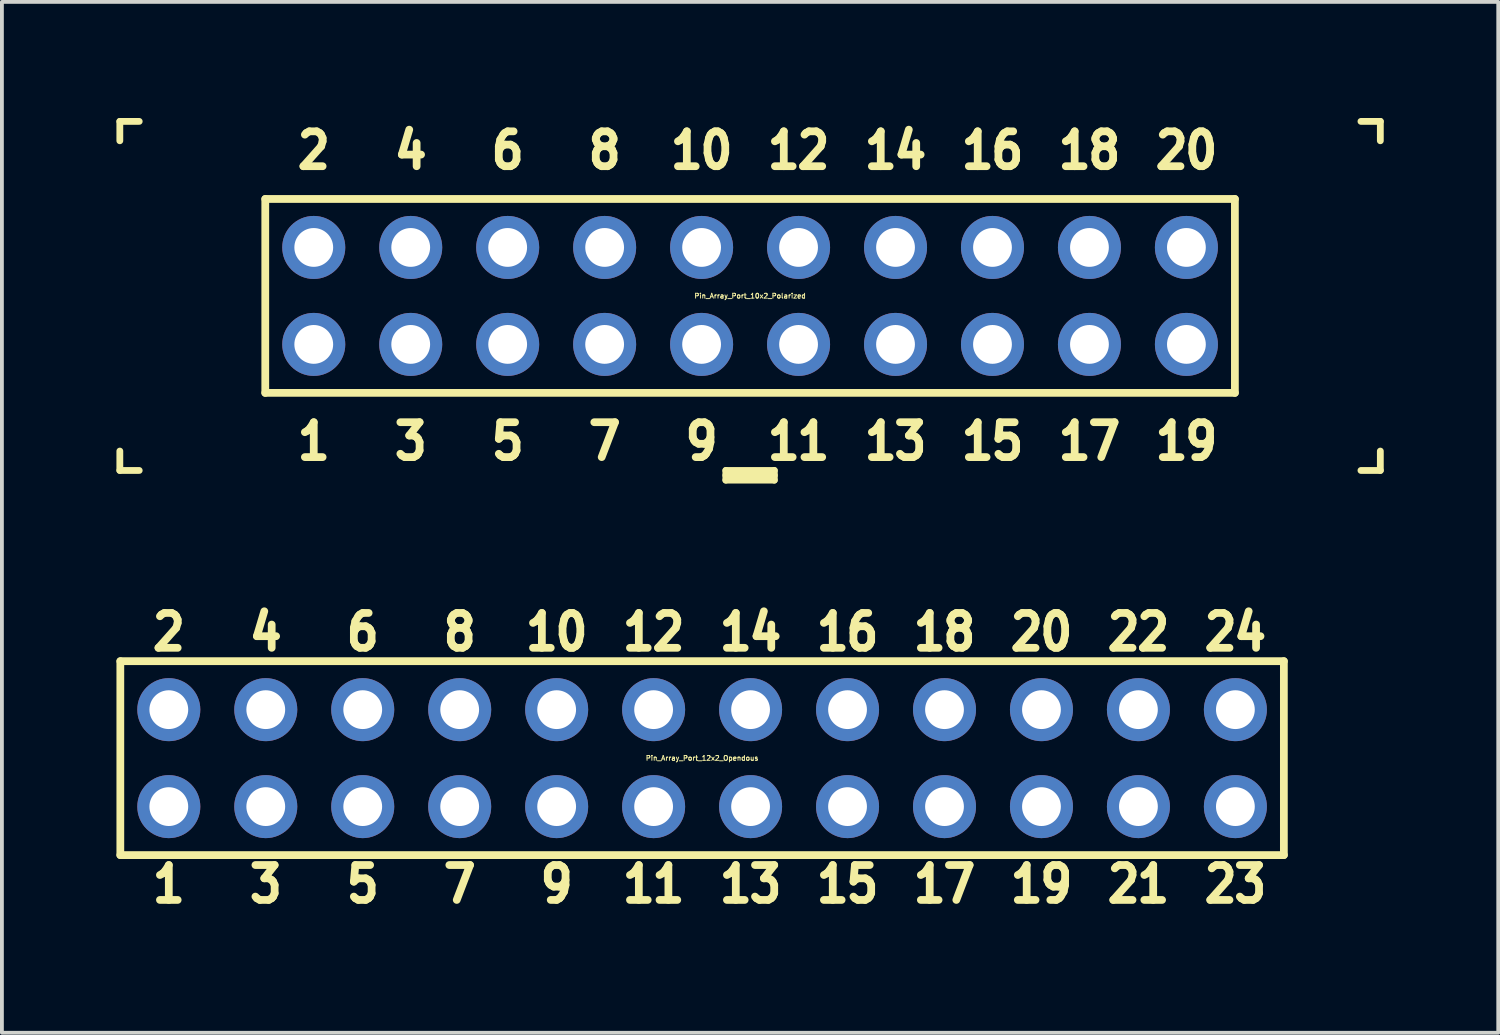
<source format=kicad_pcb>
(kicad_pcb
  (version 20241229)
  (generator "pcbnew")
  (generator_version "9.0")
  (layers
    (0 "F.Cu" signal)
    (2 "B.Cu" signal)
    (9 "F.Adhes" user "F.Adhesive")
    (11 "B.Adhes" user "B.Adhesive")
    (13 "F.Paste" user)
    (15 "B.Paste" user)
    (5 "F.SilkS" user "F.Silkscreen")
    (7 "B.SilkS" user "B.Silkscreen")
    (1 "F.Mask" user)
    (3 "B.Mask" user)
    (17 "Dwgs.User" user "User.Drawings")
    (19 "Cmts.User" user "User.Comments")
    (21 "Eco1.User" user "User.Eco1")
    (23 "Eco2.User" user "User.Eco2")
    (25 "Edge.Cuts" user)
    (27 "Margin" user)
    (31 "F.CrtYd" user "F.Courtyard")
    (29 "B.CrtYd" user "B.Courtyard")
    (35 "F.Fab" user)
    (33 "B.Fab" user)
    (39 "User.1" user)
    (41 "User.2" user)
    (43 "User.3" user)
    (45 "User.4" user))
  (footprint "Pin_Array_Port_10x2_Polarized"
    (layer "F.Cu")
    (at 16.599 4.702)
    (property "Reference" "Pin_Array_Port_10x2_Polarized" (at 0 0 0) (layer "F.SilkS") (effects (font (size 0.127 0.127) (thickness 0.025))))
    (attr through_hole)
    (fp_line (start -16.51 -4.572) (end -16.51 -4.064) (stroke (width 0.178) (type solid)) (layer "F.SilkS"))
    (fp_line (start -16.51 -4.572) (end -16.002 -4.572) (stroke (width 0.178) (type solid)) (layer "F.SilkS"))
    (fp_line (start -16.51 4.572) (end -16.51 4.064) (stroke (width 0.178) (type solid)) (layer "F.SilkS"))
    (fp_line (start -16.51 4.572) (end -16.002 4.572) (stroke (width 0.178) (type solid)) (layer "F.SilkS"))
    (fp_line (start -12.7 2.54) (end -12.7 -2.54) (stroke (width 0.203) (type solid)) (layer "F.SilkS"))
    (fp_line (start -12.7 2.54) (end 12.7 2.54) (stroke (width 0.203) (type solid)) (layer "F.SilkS"))
    (fp_line (start -0.635 4.572) (end 0.635 4.572) (stroke (width 0.178) (type solid)) (layer "F.SilkS"))
    (fp_line (start -0.635 4.699) (end 0.635 4.699) (stroke (width 0.178) (type solid)) (layer "F.SilkS"))
    (fp_line (start -0.635 4.826) (end -0.635 4.572) (stroke (width 0.178) (type solid)) (layer "F.SilkS"))
    (fp_line (start 0.635 4.572) (end 0.635 4.826) (stroke (width 0.178) (type solid)) (layer "F.SilkS"))
    (fp_line (start 0.635 4.826) (end -0.635 4.826) (stroke (width 0.178) (type solid)) (layer "F.SilkS"))
    (fp_line (start 12.7 -2.54) (end -12.7 -2.54) (stroke (width 0.203) (type solid)) (layer "F.SilkS"))
    (fp_line (start 12.7 -2.54) (end 12.7 2.54) (stroke (width 0.203) (type solid)) (layer "F.SilkS"))
    (fp_line (start 16.51 -4.572) (end 16.002 -4.572) (stroke (width 0.178) (type solid)) (layer "F.SilkS"))
    (fp_line (start 16.51 -4.572) (end 16.51 -4.064) (stroke (width 0.178) (type solid)) (layer "F.SilkS"))
    (fp_line (start 16.51 4.572) (end 16.002 4.572) (stroke (width 0.178) (type solid)) (layer "F.SilkS"))
    (fp_line (start 16.51 4.572) (end 16.51 4.064) (stroke (width 0.178) (type solid)) (layer "F.SilkS"))
    (fp_text user "9" (at -1.27 3.81 0) (layer "F.SilkS") (effects (font (size 0.914 0.813) (thickness 0.203))))
    (fp_text user "15" (at 6.35 3.81 0) (layer "F.SilkS") (effects (font (size 0.914 0.813) (thickness 0.203))))
    (fp_text user "4" (at -8.89 -3.81 0) (layer "F.SilkS") (effects (font (size 0.914 0.813) (thickness 0.203))))
    (fp_text user "3" (at -8.89 3.81 0) (layer "F.SilkS") (effects (font (size 0.914 0.813) (thickness 0.203))))
    (fp_text user "8" (at -3.81 -3.81 0) (layer "F.SilkS") (effects (font (size 0.914 0.813) (thickness 0.203))))
    (fp_text user "16" (at 6.35 -3.81 0) (layer "F.SilkS") (effects (font (size 0.914 0.813) (thickness 0.203))))
    (fp_text user "11" (at 1.27 3.81 0) (layer "F.SilkS") (effects (font (size 0.914 0.813) (thickness 0.203))))
    (fp_text user "6" (at -6.35 -3.81 0) (layer "F.SilkS") (effects (font (size 0.914 0.813) (thickness 0.203))))
    (fp_text user "14" (at 3.81 -3.81 0) (layer "F.SilkS") (effects (font (size 0.914 0.813) (thickness 0.203))))
    (fp_text user "5" (at -6.35 3.81 0) (layer "F.SilkS") (effects (font (size 0.914 0.813) (thickness 0.203))))
    (fp_text user "20" (at 11.43 -3.81 0) (layer "F.SilkS") (effects (font (size 0.914 0.813) (thickness 0.203))))
    (fp_text user "18" (at 8.89 -3.81 0) (layer "F.SilkS") (effects (font (size 0.914 0.813) (thickness 0.203))))
    (fp_text user "2" (at -11.43 -3.81 0) (layer "F.SilkS") (effects (font (size 0.914 0.813) (thickness 0.203))))
    (fp_text user "17" (at 8.89 3.81 0) (layer "F.SilkS") (effects (font (size 0.914 0.813) (thickness 0.203))))
    (fp_text user "19" (at 11.43 3.81 0) (layer "F.SilkS") (effects (font (size 0.914 0.813) (thickness 0.203))))
    (fp_text user "13" (at 3.81 3.81 0) (layer "F.SilkS") (effects (font (size 0.914 0.813) (thickness 0.203))))
    (fp_text user "12" (at 1.27 -3.81 0) (layer "F.SilkS") (effects (font (size 0.914 0.813) (thickness 0.203))))
    (fp_text user "10" (at -1.27 -3.81 0) (layer "F.SilkS") (effects (font (size 0.914 0.813) (thickness 0.203))))
    (fp_text user "1" (at -11.43 3.81 0) (layer "F.SilkS") (effects (font (size 0.914 0.813) (thickness 0.203))))
    (fp_text user "7" (at -3.81 3.81 0) (layer "F.SilkS") (effects (font (size 0.914 0.813) (thickness 0.203))))
    (pad "1" thru_hole circle (at -11.43 1.27) (size 1.651 1.651) (drill 1.016) (layers "*.Cu" "*.Mask"))
    (pad "2" thru_hole circle (at -11.43 -1.27) (size 1.651 1.651) (drill 1.016) (layers "*.Cu" "*.Mask"))
    (pad "3" thru_hole circle (at -8.89 1.27) (size 1.651 1.651) (drill 1.016) (layers "*.Cu" "*.Mask"))
    (pad "4" thru_hole circle (at -8.89 -1.27) (size 1.651 1.651) (drill 1.016) (layers "*.Cu" "*.Mask"))
    (pad "5" thru_hole circle (at -6.35 1.27) (size 1.651 1.651) (drill 1.016) (layers "*.Cu" "*.Mask"))
    (pad "6" thru_hole circle (at -6.35 -1.27) (size 1.651 1.651) (drill 1.016) (layers "*.Cu" "*.Mask"))
    (pad "7" thru_hole circle (at -3.81 1.27) (size 1.651 1.651) (drill 1.016) (layers "*.Cu" "*.Mask"))
    (pad "8" thru_hole circle (at -3.81 -1.27) (size 1.651 1.651) (drill 1.016) (layers "*.Cu" "*.Mask"))
    (pad "9" thru_hole circle (at -1.27 1.27) (size 1.651 1.651) (drill 1.016) (layers "*.Cu" "*.Mask"))
    (pad "10" thru_hole circle (at -1.27 -1.27) (size 1.651 1.651) (drill 1.016) (layers "*.Cu" "*.Mask"))
    (pad "11" thru_hole circle (at 1.27 1.27) (size 1.651 1.651) (drill 1.016) (layers "*.Cu" "*.Mask"))
    (pad "12" thru_hole circle (at 1.27 -1.27) (size 1.651 1.651) (drill 1.016) (layers "*.Cu" "*.Mask"))
    (pad "13" thru_hole circle (at 3.81 1.27) (size 1.651 1.651) (drill 1.016) (layers "*.Cu" "*.Mask"))
    (pad "14" thru_hole circle (at 3.81 -1.27) (size 1.651 1.651) (drill 1.016) (layers "*.Cu" "*.Mask"))
    (pad "15" thru_hole circle (at 6.35 1.27) (size 1.651 1.651) (drill 1.016) (layers "*.Cu" "*.Mask"))
    (pad "16" thru_hole circle (at 6.35 -1.27) (size 1.651 1.651) (drill 1.016) (layers "*.Cu" "*.Mask"))
    (pad "17" thru_hole circle (at 8.89 1.27) (size 1.651 1.651) (drill 1.016) (layers "*.Cu" "*.Mask"))
    (pad "18" thru_hole circle (at 8.89 -1.27) (size 1.651 1.651) (drill 1.016) (layers "*.Cu" "*.Mask"))
    (pad "19" thru_hole circle (at 11.43 1.27) (size 1.651 1.651) (drill 1.016) (layers "*.Cu" "*.Mask"))
    (pad "20" thru_hole circle (at 11.43 -1.27) (size 1.651 1.651) (drill 1.016) (layers "*.Cu" "*.Mask")))
  (footprint "Pin_Array_Port_12x2_Opendous"
    (layer "F.Cu")
    (at 15.342 16.81)
    (property "Reference" "Pin_Array_Port_12x2_Opendous" (at 0 0 0) (layer "F.SilkS") (effects (font (size 0.127 0.127) (thickness 0.025))))
    (attr through_hole)
    (fp_line (start -15.24 2.54) (end -15.24 -2.54) (stroke (width 0.203) (type solid)) (layer "F.SilkS"))
    (fp_line (start 15.24 -2.54) (end -15.24 -2.54) (stroke (width 0.203) (type solid)) (layer "F.SilkS"))
    (fp_line (start 15.24 -2.54) (end 15.24 2.54) (stroke (width 0.203) (type solid)) (layer "F.SilkS"))
    (fp_line (start 15.24 2.54) (end -15.24 2.54) (stroke (width 0.203) (type solid)) (layer "F.SilkS"))
    (fp_text user "18" (at 6.35 -3.302 0) (layer "F.SilkS") (effects (font (size 0.914 0.813) (thickness 0.203))))
    (fp_text user "11" (at -1.27 3.302 0) (layer "F.SilkS") (effects (font (size 0.914 0.813) (thickness 0.203))))
    (fp_text user "13" (at 1.27 3.302 0) (layer "F.SilkS") (effects (font (size 0.914 0.813) (thickness 0.203))))
    (fp_text user "14" (at 1.27 -3.302 0) (layer "F.SilkS") (effects (font (size 0.914 0.813) (thickness 0.203))))
    (fp_text user "1" (at -13.97 3.302 0) (layer "F.SilkS") (effects (font (size 0.914 0.813) (thickness 0.203))))
    (fp_text user "22" (at 11.43 -3.302 0) (layer "F.SilkS") (effects (font (size 0.914 0.813) (thickness 0.203))))
    (fp_text user "20" (at 8.89 -3.302 0) (layer "F.SilkS") (effects (font (size 0.914 0.813) (thickness 0.203))))
    (fp_text user "16" (at 3.81 -3.302 0) (layer "F.SilkS") (effects (font (size 0.914 0.813) (thickness 0.203))))
    (fp_text user "19" (at 8.89 3.302 0) (layer "F.SilkS") (effects (font (size 0.914 0.813) (thickness 0.203))))
    (fp_text user "23" (at 13.97 3.302 0) (layer "F.SilkS") (effects (font (size 0.914 0.813) (thickness 0.203))))
    (fp_text user "24" (at 13.97 -3.302 0) (layer "F.SilkS") (effects (font (size 0.914 0.813) (thickness 0.203))))
    (fp_text user "2" (at -13.97 -3.302 0) (layer "F.SilkS") (effects (font (size 0.914 0.813) (thickness 0.203))))
    (fp_text user "5" (at -8.89 3.302 0) (layer "F.SilkS") (effects (font (size 0.914 0.813) (thickness 0.203))))
    (fp_text user "21" (at 11.43 3.302 0) (layer "F.SilkS") (effects (font (size 0.914 0.813) (thickness 0.203))))
    (fp_text user "17" (at 6.35 3.302 0) (layer "F.SilkS") (effects (font (size 0.914 0.813) (thickness 0.203))))
    (fp_text user "4" (at -11.43 -3.302 0) (layer "F.SilkS") (effects (font (size 0.914 0.813) (thickness 0.203))))
    (fp_text user "9" (at -3.81 3.302 0) (layer "F.SilkS") (effects (font (size 0.914 0.813) (thickness 0.203))))
    (fp_text user "8" (at -6.35 -3.302 0) (layer "F.SilkS") (effects (font (size 0.914 0.813) (thickness 0.203))))
    (fp_text user "15" (at 3.81 3.302 0) (layer "F.SilkS") (effects (font (size 0.914 0.813) (thickness 0.203))))
    (fp_text user "7" (at -6.35 3.302 0) (layer "F.SilkS") (effects (font (size 0.914 0.813) (thickness 0.203))))
    (fp_text user "3" (at -11.43 3.302 0) (layer "F.SilkS") (effects (font (size 0.914 0.813) (thickness 0.203))))
    (fp_text user "6" (at -8.89 -3.302 0) (layer "F.SilkS") (effects (font (size 0.914 0.813) (thickness 0.203))))
    (fp_text user "12" (at -1.27 -3.302 0) (layer "F.SilkS") (effects (font (size 0.914 0.813) (thickness 0.203))))
    (fp_text user "10" (at -3.81 -3.302 0) (layer "F.SilkS") (effects (font (size 0.914 0.813) (thickness 0.203))))
    (pad "1" thru_hole circle (at -13.97 1.27) (size 1.651 1.651) (drill 1.016) (layers "*.Cu" "*.Mask"))
    (pad "2" thru_hole circle (at -13.97 -1.27) (size 1.651 1.651) (drill 1.016) (layers "*.Cu" "*.Mask"))
    (pad "3" thru_hole circle (at -11.43 1.27) (size 1.651 1.651) (drill 1.016) (layers "*.Cu" "*.Mask"))
    (pad "4" thru_hole circle (at -11.43 -1.27) (size 1.651 1.651) (drill 1.016) (layers "*.Cu" "*.Mask"))
    (pad "5" thru_hole circle (at -8.89 1.27) (size 1.651 1.651) (drill 1.016) (layers "*.Cu" "*.Mask"))
    (pad "6" thru_hole circle (at -8.89 -1.27) (size 1.651 1.651) (drill 1.016) (layers "*.Cu" "*.Mask"))
    (pad "7" thru_hole circle (at -6.35 1.27) (size 1.651 1.651) (drill 1.016) (layers "*.Cu" "*.Mask"))
    (pad "8" thru_hole circle (at -6.35 -1.27) (size 1.651 1.651) (drill 1.016) (layers "*.Cu" "*.Mask"))
    (pad "9" thru_hole circle (at -3.81 1.27) (size 1.651 1.651) (drill 1.016) (layers "*.Cu" "*.Mask"))
    (pad "10" thru_hole circle (at -3.81 -1.27) (size 1.651 1.651) (drill 1.016) (layers "*.Cu" "*.Mask"))
    (pad "11" thru_hole circle (at -1.27 1.27) (size 1.651 1.651) (drill 1.016) (layers "*.Cu" "*.Mask"))
    (pad "12" thru_hole circle (at -1.27 -1.27) (size 1.651 1.651) (drill 1.016) (layers "*.Cu" "*.Mask"))
    (pad "13" thru_hole circle (at 1.27 1.27) (size 1.651 1.651) (drill 1.016) (layers "*.Cu" "*.Mask"))
    (pad "14" thru_hole circle (at 1.27 -1.27) (size 1.651 1.651) (drill 1.016) (layers "*.Cu" "*.Mask"))
    (pad "15" thru_hole circle (at 3.81 1.27) (size 1.651 1.651) (drill 1.016) (layers "*.Cu" "*.Mask"))
    (pad "16" thru_hole circle (at 3.81 -1.27) (size 1.651 1.651) (drill 1.016) (layers "*.Cu" "*.Mask"))
    (pad "17" thru_hole circle (at 6.35 1.27) (size 1.651 1.651) (drill 1.016) (layers "*.Cu" "*.Mask"))
    (pad "18" thru_hole circle (at 6.35 -1.27) (size 1.651 1.651) (drill 1.016) (layers "*.Cu" "*.Mask"))
    (pad "19" thru_hole circle (at 8.89 1.27) (size 1.651 1.651) (drill 1.016) (layers "*.Cu" "*.Mask"))
    (pad "20" thru_hole circle (at 8.89 -1.27) (size 1.651 1.651) (drill 1.016) (layers "*.Cu" "*.Mask"))
    (pad "21" thru_hole circle (at 11.43 1.27) (size 1.651 1.651) (drill 1.016) (layers "*.Cu" "*.Mask"))
    (pad "22" thru_hole circle (at 11.43 -1.27) (size 1.651 1.651) (drill 1.016) (layers "*.Cu" "*.Mask"))
    (pad "23" thru_hole circle (at 13.97 1.27) (size 1.651 1.651) (drill 1.016) (layers "*.Cu" "*.Mask"))
    (pad "24" thru_hole circle (at 13.97 -1.27) (size 1.651 1.651) (drill 1.016) (layers "*.Cu" "*.Mask")))
  (gr_rect
    (start -3 -3)
    (end 36.198 24.004)
    (stroke (width 0.1) (type default))
    (fill no)
    (layer "Edge.Cuts")))
</source>
